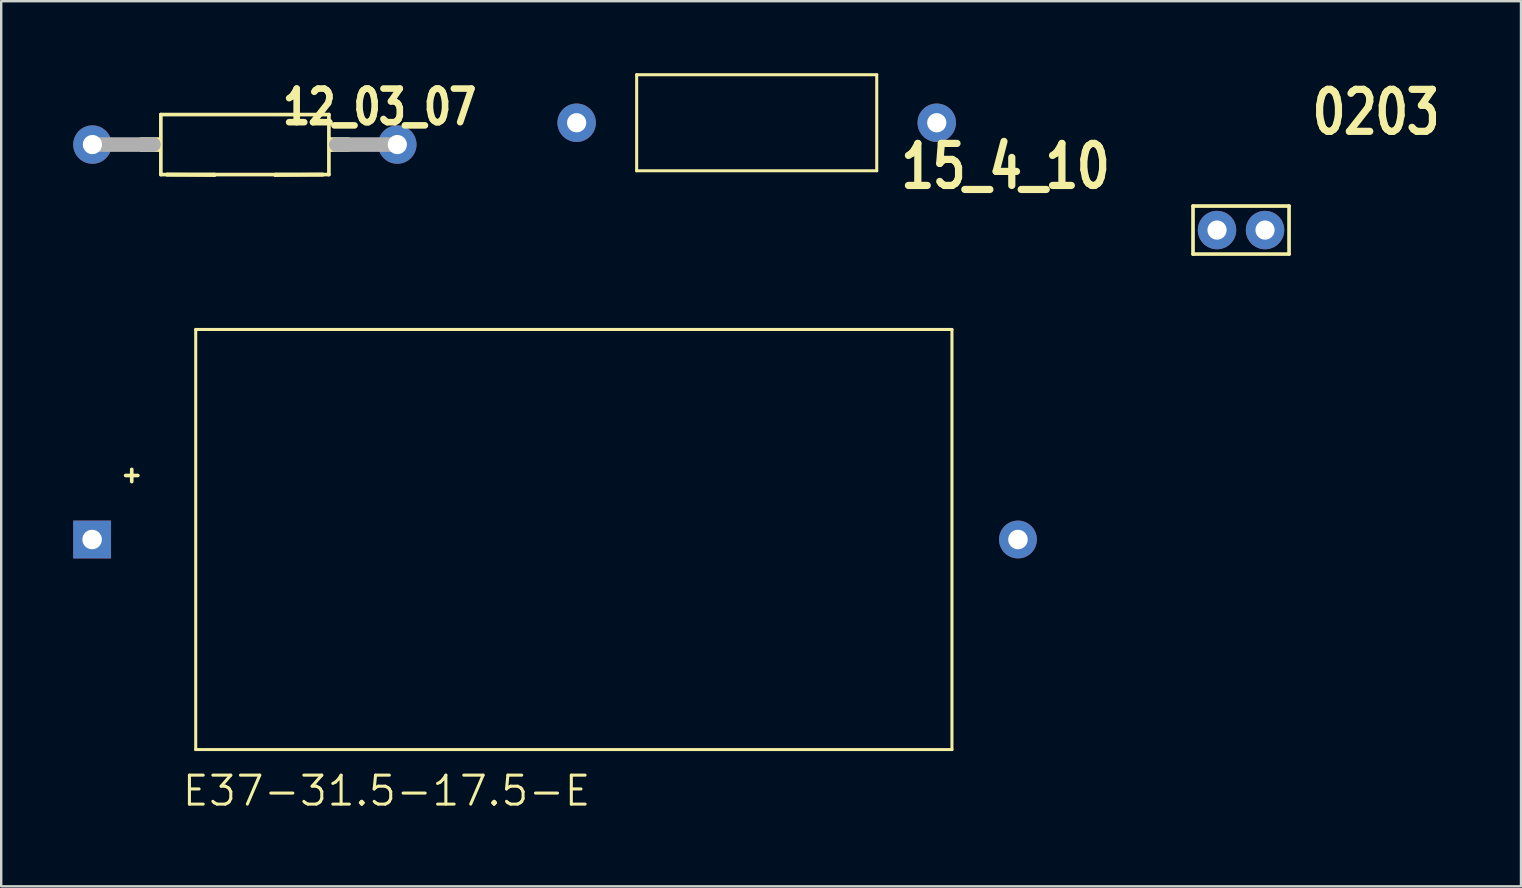
<source format=kicad_pcb>
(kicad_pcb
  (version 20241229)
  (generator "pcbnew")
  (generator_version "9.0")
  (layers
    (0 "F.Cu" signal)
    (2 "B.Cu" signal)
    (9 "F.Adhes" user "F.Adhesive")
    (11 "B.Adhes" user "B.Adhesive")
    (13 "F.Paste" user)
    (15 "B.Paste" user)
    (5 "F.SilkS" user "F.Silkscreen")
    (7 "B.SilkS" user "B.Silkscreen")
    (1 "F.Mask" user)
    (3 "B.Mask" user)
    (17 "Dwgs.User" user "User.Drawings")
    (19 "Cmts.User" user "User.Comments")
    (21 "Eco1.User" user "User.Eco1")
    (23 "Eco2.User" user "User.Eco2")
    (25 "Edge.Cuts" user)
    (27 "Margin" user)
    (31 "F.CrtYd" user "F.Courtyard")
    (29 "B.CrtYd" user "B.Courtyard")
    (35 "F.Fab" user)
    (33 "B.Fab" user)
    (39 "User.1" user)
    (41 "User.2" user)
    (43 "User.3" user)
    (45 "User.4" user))
  (footprint "0203"
    (layer "F.Cu")
    (at 48.645 6.533)
    (property "Reference" "0203" (at 2.816 -3.883 0) (layer "F.SilkS") (effects (font (size 1.75 1.37) (thickness 0.3)) (justify left bottom)))
    (attr through_hole)
    (fp_line (start -2 1) (end -2 -1) (stroke (width 0.152) (type solid)) (layer "F.SilkS"))
    (fp_line (start 2 -1) (end -2 -1) (stroke (width 0.152) (type solid)) (layer "F.SilkS"))
    (fp_line (start 2 1) (end -2 1) (stroke (width 0.152) (type solid)) (layer "F.SilkS"))
    (fp_line (start 2 1) (end 2 -1) (stroke (width 0.152) (type solid)) (layer "F.SilkS"))
    (pad "1" thru_hole circle (at -1 0) (size 1.6 1.6) (drill 0.8) (layers "*.Cu" "*.Mask"))
    (pad "2" thru_hole circle (at 1 0) (size 1.6 1.6) (drill 0.8) (layers "*.Cu" "*.Mask")))
  (footprint "12_03_07"
    (layer "F.Cu")
    (at 0.8 2.972)
    (property "Reference" "12_03_07" (at 7.803 -0.747 0) (layer "F.SilkS") (effects (font (size 1.4 1.1) (thickness 0.275)) (justify left bottom)))
    (attr through_hole)
    (fp_line (start 2.85 1.25) (end 2.85 -1.25) (stroke (width 0.152) (type solid)) (layer "F.SilkS"))
    (fp_line (start 2.85 1.25) (end 5.08 1.25) (stroke (width 0.152) (type solid)) (layer "F.SilkS"))
    (fp_line (start 5.08 1.25) (end 5.08 1.27) (stroke (width 0.152) (type solid)) (layer "F.SilkS"))
    (fp_line (start 5.08 1.27) (end 3.104 1.25) (stroke (width 0.152) (type solid)) (layer "F.SilkS"))
    (fp_line (start 7.62 1.25) (end 9.85 1.25) (stroke (width 0.152) (type solid)) (layer "F.SilkS"))
    (fp_line (start 7.62 1.27) (end 7.62 1.25) (stroke (width 0.152) (type solid)) (layer "F.SilkS"))
    (fp_line (start 9.596 1.25) (end 3.104 1.25) (stroke (width 0.152) (type solid)) (layer "F.SilkS"))
    (fp_line (start 9.596 1.25) (end 7.62 1.27) (stroke (width 0.152) (type solid)) (layer "F.SilkS"))
    (fp_line (start 9.85 -1.25) (end 2.85 -1.25) (stroke (width 0.152) (type solid)) (layer "F.SilkS"))
    (fp_line (start 9.85 1.25) (end 9.85 -1.25) (stroke (width 0.152) (type solid)) (layer "F.SilkS"))
    (fp_poly (pts (xy 1.986 0.305) (xy 2.85 0.305) (xy 2.85 -0.305) (xy 1.986 -0.305)) (stroke (width 0) (type solid)) (fill yes) (layer "F.SilkS"))
    (fp_poly (pts (xy 9.85 0.305) (xy 10.714 0.305) (xy 10.714 -0.305) (xy 9.85 -0.305)) (stroke (width 0) (type solid)) (fill yes) (layer "F.SilkS"))
    (fp_line (start 0 0) (end 2.54 0) (stroke (width 0.61) (type solid)) (layer "F.Fab"))
    (fp_line (start 12.7 0) (end 10.16 0) (stroke (width 0.61) (type solid)) (layer "F.Fab"))
    (pad "1" thru_hole circle (at 0 0) (size 1.6 1.6) (drill 0.8) (layers "*.Cu" "*.Mask"))
    (pad "2" thru_hole circle (at 12.7 0) (size 1.6 1.6) (drill 0.8) (layers "*.Cu" "*.Mask")))
  (footprint "E37-31.5-17.5-E"
    (layer "F.Cu")
    (at 20.853 19.423)
    (property "Reference" "E37-31.5-17.5-E" (at -16.383 11.176 0) (layer "F.SilkS") (effects (font (size 1.206 1.206) (thickness 0.127)) (justify left bottom)))
    (attr through_hole)
    (fp_line (start -18.415 -2.921) (end -18.415 -2.413) (stroke (width 0.152) (type solid)) (layer "F.SilkS"))
    (fp_line (start -18.161 -2.667) (end -18.669 -2.667) (stroke (width 0.152) (type solid)) (layer "F.SilkS"))
    (fp_line (start -15.75 -8.75) (end 15.75 -8.75) (stroke (width 0.127) (type solid)) (layer "F.SilkS"))
    (fp_line (start -15.75 8.75) (end -15.75 -8.75) (stroke (width 0.127) (type solid)) (layer "F.SilkS"))
    (fp_line (start 15.75 -8.75) (end 15.75 8.75) (stroke (width 0.127) (type solid)) (layer "F.SilkS"))
    (fp_line (start 15.75 8.75) (end -15.75 8.75) (stroke (width 0.127) (type solid)) (layer "F.SilkS"))
    (pad "+" thru_hole rect (at -20.066 0) (size 1.575 1.575) (drill 0.813) (layers "*.Cu" "*.Mask"))
    (pad "-" thru_hole circle (at 18.5 0) (size 1.575 1.575) (drill 0.813) (layers "*.Cu" "*.Mask")))
  (footprint "15_4_10"
    (layer "F.Cu")
    (at 28.47 2.063)
    (property "Reference" "15_4_10" (at 5.862 2.841 0) (layer "F.SilkS") (effects (font (size 1.75 1.37) (thickness 0.3)) (justify left bottom)))
    (attr through_hole)
    (fp_line (start -5 -2) (end 5 -2) (stroke (width 0.127) (type solid)) (layer "F.SilkS"))
    (fp_line (start -5 2) (end -5 -2) (stroke (width 0.127) (type solid)) (layer "F.SilkS"))
    (fp_line (start 5 -2) (end 5 2) (stroke (width 0.127) (type solid)) (layer "F.SilkS"))
    (fp_line (start 5 2) (end -5 2) (stroke (width 0.127) (type solid)) (layer "F.SilkS"))
    (pad "1" thru_hole circle (at -7.5 0) (size 1.6 1.6) (drill 0.8) (layers "*.Cu" "*.Mask"))
    (pad "2" thru_hole circle (at 7.5 0) (size 1.6 1.6) (drill 0.8) (layers "*.Cu" "*.Mask")))
  (gr_rect
    (start -3 -3)
    (end 60.306 33.869)
    (stroke (width 0.1) (type default))
    (fill no)
    (layer "Edge.Cuts")))
</source>
